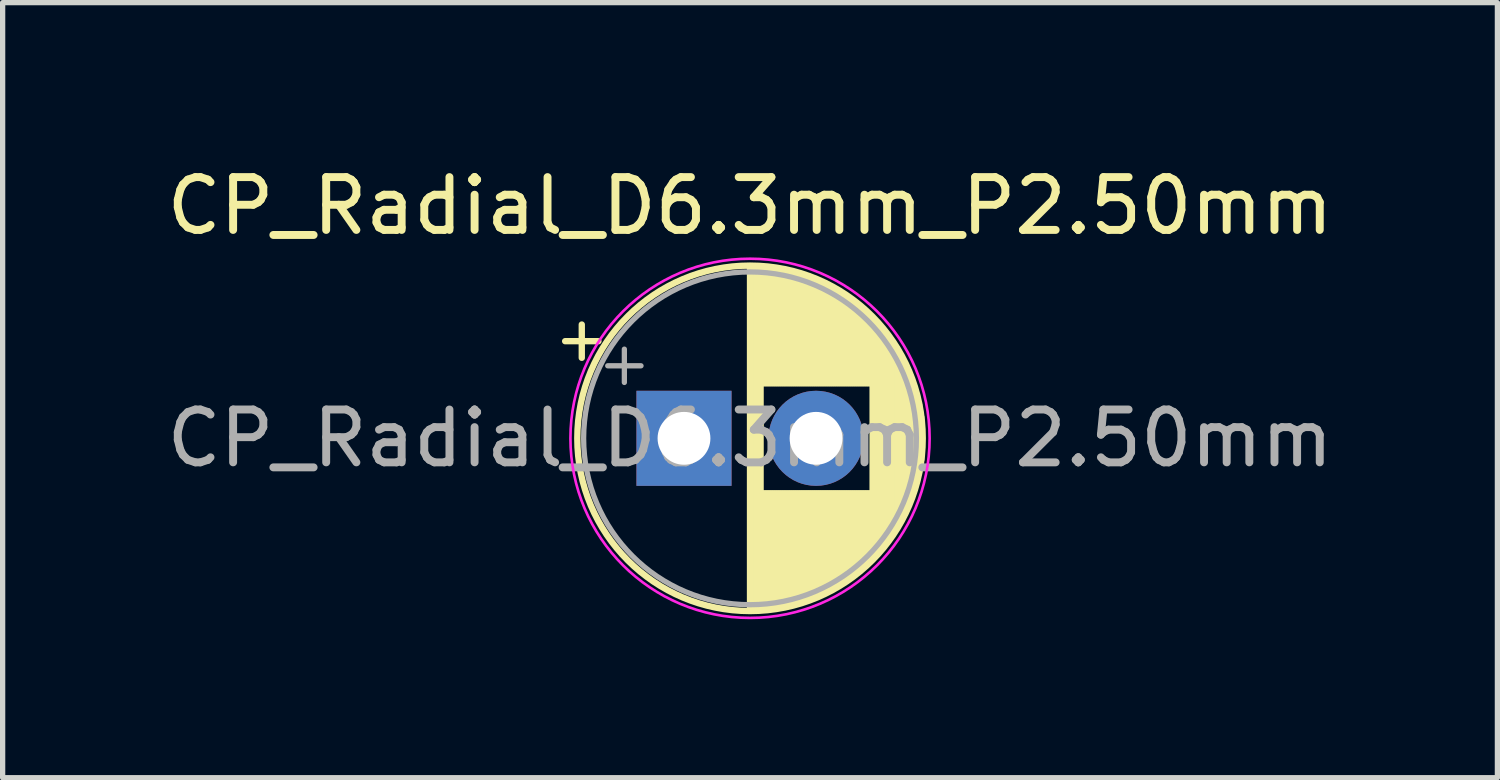
<source format=kicad_pcb>
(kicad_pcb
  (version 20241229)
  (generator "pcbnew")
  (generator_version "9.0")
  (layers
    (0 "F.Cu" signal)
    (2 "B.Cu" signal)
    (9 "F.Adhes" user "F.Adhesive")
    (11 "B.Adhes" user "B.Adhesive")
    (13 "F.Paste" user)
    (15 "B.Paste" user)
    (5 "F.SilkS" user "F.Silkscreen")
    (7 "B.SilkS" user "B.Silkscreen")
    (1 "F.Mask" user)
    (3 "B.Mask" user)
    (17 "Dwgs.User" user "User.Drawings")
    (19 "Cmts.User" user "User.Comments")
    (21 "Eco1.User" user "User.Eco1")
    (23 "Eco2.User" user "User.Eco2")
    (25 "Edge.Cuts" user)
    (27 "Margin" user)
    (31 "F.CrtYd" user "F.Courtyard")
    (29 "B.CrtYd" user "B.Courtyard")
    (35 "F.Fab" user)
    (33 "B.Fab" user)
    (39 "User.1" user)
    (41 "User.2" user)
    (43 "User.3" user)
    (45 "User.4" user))
  (footprint "CP_Radial_D6.3mm_P2.50mm"
    (layer "F.Cu")
    (at 9.899 5.248)
    (property "Reference" "CP_Radial_D6.3mm_P2.50mm" (at 1.25 -4.4 0) (layer "F.SilkS") (effects (font (size 1 1) (thickness 0.15))))
    (attr through_hole)
    (fp_line (start -2.25 -1.839) (end -1.62 -1.839) (stroke (width 0.12) (type solid)) (layer "F.SilkS"))
    (fp_line (start -1.935 -2.154) (end -1.935 -1.524) (stroke (width 0.12) (type solid)) (layer "F.SilkS"))
    (fp_line (start 1.25 -3.23) (end 1.25 3.23) (stroke (width 0.12) (type solid)) (layer "F.SilkS"))
    (fp_line (start 1.29 -3.23) (end 1.29 3.23) (stroke (width 0.12) (type solid)) (layer "F.SilkS"))
    (fp_line (start 1.33 -3.23) (end 1.33 3.23) (stroke (width 0.12) (type solid)) (layer "F.SilkS"))
    (fp_line (start 1.37 -3.228) (end 1.37 3.228) (stroke (width 0.12) (type solid)) (layer "F.SilkS"))
    (fp_line (start 1.41 -3.227) (end 1.41 3.227) (stroke (width 0.12) (type solid)) (layer "F.SilkS"))
    (fp_line (start 1.45 -3.224) (end 1.45 3.224) (stroke (width 0.12) (type solid)) (layer "F.SilkS"))
    (fp_line (start 1.49 -3.222) (end 1.49 -1.04) (stroke (width 0.12) (type solid)) (layer "F.SilkS"))
    (fp_line (start 1.49 1.04) (end 1.49 3.222) (stroke (width 0.12) (type solid)) (layer "F.SilkS"))
    (fp_line (start 1.53 -3.218) (end 1.53 -1.04) (stroke (width 0.12) (type solid)) (layer "F.SilkS"))
    (fp_line (start 1.53 1.04) (end 1.53 3.218) (stroke (width 0.12) (type solid)) (layer "F.SilkS"))
    (fp_line (start 1.57 -3.215) (end 1.57 -1.04) (stroke (width 0.12) (type solid)) (layer "F.SilkS"))
    (fp_line (start 1.57 1.04) (end 1.57 3.215) (stroke (width 0.12) (type solid)) (layer "F.SilkS"))
    (fp_line (start 1.61 -3.211) (end 1.61 -1.04) (stroke (width 0.12) (type solid)) (layer "F.SilkS"))
    (fp_line (start 1.61 1.04) (end 1.61 3.211) (stroke (width 0.12) (type solid)) (layer "F.SilkS"))
    (fp_line (start 1.65 -3.206) (end 1.65 -1.04) (stroke (width 0.12) (type solid)) (layer "F.SilkS"))
    (fp_line (start 1.65 1.04) (end 1.65 3.206) (stroke (width 0.12) (type solid)) (layer "F.SilkS"))
    (fp_line (start 1.69 -3.201) (end 1.69 -1.04) (stroke (width 0.12) (type solid)) (layer "F.SilkS"))
    (fp_line (start 1.69 1.04) (end 1.69 3.201) (stroke (width 0.12) (type solid)) (layer "F.SilkS"))
    (fp_line (start 1.73 -3.195) (end 1.73 -1.04) (stroke (width 0.12) (type solid)) (layer "F.SilkS"))
    (fp_line (start 1.73 1.04) (end 1.73 3.195) (stroke (width 0.12) (type solid)) (layer "F.SilkS"))
    (fp_line (start 1.77 -3.189) (end 1.77 -1.04) (stroke (width 0.12) (type solid)) (layer "F.SilkS"))
    (fp_line (start 1.77 1.04) (end 1.77 3.189) (stroke (width 0.12) (type solid)) (layer "F.SilkS"))
    (fp_line (start 1.81 -3.182) (end 1.81 -1.04) (stroke (width 0.12) (type solid)) (layer "F.SilkS"))
    (fp_line (start 1.81 1.04) (end 1.81 3.182) (stroke (width 0.12) (type solid)) (layer "F.SilkS"))
    (fp_line (start 1.85 -3.175) (end 1.85 -1.04) (stroke (width 0.12) (type solid)) (layer "F.SilkS"))
    (fp_line (start 1.85 1.04) (end 1.85 3.175) (stroke (width 0.12) (type solid)) (layer "F.SilkS"))
    (fp_line (start 1.89 -3.167) (end 1.89 -1.04) (stroke (width 0.12) (type solid)) (layer "F.SilkS"))
    (fp_line (start 1.89 1.04) (end 1.89 3.167) (stroke (width 0.12) (type solid)) (layer "F.SilkS"))
    (fp_line (start 1.93 -3.159) (end 1.93 -1.04) (stroke (width 0.12) (type solid)) (layer "F.SilkS"))
    (fp_line (start 1.93 1.04) (end 1.93 3.159) (stroke (width 0.12) (type solid)) (layer "F.SilkS"))
    (fp_line (start 1.971 -3.15) (end 1.971 -1.04) (stroke (width 0.12) (type solid)) (layer "F.SilkS"))
    (fp_line (start 1.971 1.04) (end 1.971 3.15) (stroke (width 0.12) (type solid)) (layer "F.SilkS"))
    (fp_line (start 2.011 -3.141) (end 2.011 -1.04) (stroke (width 0.12) (type solid)) (layer "F.SilkS"))
    (fp_line (start 2.011 1.04) (end 2.011 3.141) (stroke (width 0.12) (type solid)) (layer "F.SilkS"))
    (fp_line (start 2.051 -3.131) (end 2.051 -1.04) (stroke (width 0.12) (type solid)) (layer "F.SilkS"))
    (fp_line (start 2.051 1.04) (end 2.051 3.131) (stroke (width 0.12) (type solid)) (layer "F.SilkS"))
    (fp_line (start 2.091 -3.121) (end 2.091 -1.04) (stroke (width 0.12) (type solid)) (layer "F.SilkS"))
    (fp_line (start 2.091 1.04) (end 2.091 3.121) (stroke (width 0.12) (type solid)) (layer "F.SilkS"))
    (fp_line (start 2.131 -3.11) (end 2.131 -1.04) (stroke (width 0.12) (type solid)) (layer "F.SilkS"))
    (fp_line (start 2.131 1.04) (end 2.131 3.11) (stroke (width 0.12) (type solid)) (layer "F.SilkS"))
    (fp_line (start 2.171 -3.098) (end 2.171 -1.04) (stroke (width 0.12) (type solid)) (layer "F.SilkS"))
    (fp_line (start 2.171 1.04) (end 2.171 3.098) (stroke (width 0.12) (type solid)) (layer "F.SilkS"))
    (fp_line (start 2.211 -3.086) (end 2.211 -1.04) (stroke (width 0.12) (type solid)) (layer "F.SilkS"))
    (fp_line (start 2.211 1.04) (end 2.211 3.086) (stroke (width 0.12) (type solid)) (layer "F.SilkS"))
    (fp_line (start 2.251 -3.074) (end 2.251 -1.04) (stroke (width 0.12) (type solid)) (layer "F.SilkS"))
    (fp_line (start 2.251 1.04) (end 2.251 3.074) (stroke (width 0.12) (type solid)) (layer "F.SilkS"))
    (fp_line (start 2.291 -3.061) (end 2.291 -1.04) (stroke (width 0.12) (type solid)) (layer "F.SilkS"))
    (fp_line (start 2.291 1.04) (end 2.291 3.061) (stroke (width 0.12) (type solid)) (layer "F.SilkS"))
    (fp_line (start 2.331 -3.047) (end 2.331 -1.04) (stroke (width 0.12) (type solid)) (layer "F.SilkS"))
    (fp_line (start 2.331 1.04) (end 2.331 3.047) (stroke (width 0.12) (type solid)) (layer "F.SilkS"))
    (fp_line (start 2.371 -3.033) (end 2.371 -1.04) (stroke (width 0.12) (type solid)) (layer "F.SilkS"))
    (fp_line (start 2.371 1.04) (end 2.371 3.033) (stroke (width 0.12) (type solid)) (layer "F.SilkS"))
    (fp_line (start 2.411 -3.018) (end 2.411 -1.04) (stroke (width 0.12) (type solid)) (layer "F.SilkS"))
    (fp_line (start 2.411 1.04) (end 2.411 3.018) (stroke (width 0.12) (type solid)) (layer "F.SilkS"))
    (fp_line (start 2.451 -3.002) (end 2.451 -1.04) (stroke (width 0.12) (type solid)) (layer "F.SilkS"))
    (fp_line (start 2.451 1.04) (end 2.451 3.002) (stroke (width 0.12) (type solid)) (layer "F.SilkS"))
    (fp_line (start 2.491 -2.986) (end 2.491 -1.04) (stroke (width 0.12) (type solid)) (layer "F.SilkS"))
    (fp_line (start 2.491 1.04) (end 2.491 2.986) (stroke (width 0.12) (type solid)) (layer "F.SilkS"))
    (fp_line (start 2.531 -2.97) (end 2.531 -1.04) (stroke (width 0.12) (type solid)) (layer "F.SilkS"))
    (fp_line (start 2.531 1.04) (end 2.531 2.97) (stroke (width 0.12) (type solid)) (layer "F.SilkS"))
    (fp_line (start 2.571 -2.952) (end 2.571 -1.04) (stroke (width 0.12) (type solid)) (layer "F.SilkS"))
    (fp_line (start 2.571 1.04) (end 2.571 2.952) (stroke (width 0.12) (type solid)) (layer "F.SilkS"))
    (fp_line (start 2.611 -2.934) (end 2.611 -1.04) (stroke (width 0.12) (type solid)) (layer "F.SilkS"))
    (fp_line (start 2.611 1.04) (end 2.611 2.934) (stroke (width 0.12) (type solid)) (layer "F.SilkS"))
    (fp_line (start 2.651 -2.916) (end 2.651 -1.04) (stroke (width 0.12) (type solid)) (layer "F.SilkS"))
    (fp_line (start 2.651 1.04) (end 2.651 2.916) (stroke (width 0.12) (type solid)) (layer "F.SilkS"))
    (fp_line (start 2.691 -2.896) (end 2.691 -1.04) (stroke (width 0.12) (type solid)) (layer "F.SilkS"))
    (fp_line (start 2.691 1.04) (end 2.691 2.896) (stroke (width 0.12) (type solid)) (layer "F.SilkS"))
    (fp_line (start 2.731 -2.876) (end 2.731 -1.04) (stroke (width 0.12) (type solid)) (layer "F.SilkS"))
    (fp_line (start 2.731 1.04) (end 2.731 2.876) (stroke (width 0.12) (type solid)) (layer "F.SilkS"))
    (fp_line (start 2.771 -2.856) (end 2.771 -1.04) (stroke (width 0.12) (type solid)) (layer "F.SilkS"))
    (fp_line (start 2.771 1.04) (end 2.771 2.856) (stroke (width 0.12) (type solid)) (layer "F.SilkS"))
    (fp_line (start 2.811 -2.834) (end 2.811 -1.04) (stroke (width 0.12) (type solid)) (layer "F.SilkS"))
    (fp_line (start 2.811 1.04) (end 2.811 2.834) (stroke (width 0.12) (type solid)) (layer "F.SilkS"))
    (fp_line (start 2.851 -2.812) (end 2.851 -1.04) (stroke (width 0.12) (type solid)) (layer "F.SilkS"))
    (fp_line (start 2.851 1.04) (end 2.851 2.812) (stroke (width 0.12) (type solid)) (layer "F.SilkS"))
    (fp_line (start 2.891 -2.79) (end 2.891 -1.04) (stroke (width 0.12) (type solid)) (layer "F.SilkS"))
    (fp_line (start 2.891 1.04) (end 2.891 2.79) (stroke (width 0.12) (type solid)) (layer "F.SilkS"))
    (fp_line (start 2.931 -2.766) (end 2.931 -1.04) (stroke (width 0.12) (type solid)) (layer "F.SilkS"))
    (fp_line (start 2.931 1.04) (end 2.931 2.766) (stroke (width 0.12) (type solid)) (layer "F.SilkS"))
    (fp_line (start 2.971 -2.742) (end 2.971 -1.04) (stroke (width 0.12) (type solid)) (layer "F.SilkS"))
    (fp_line (start 2.971 1.04) (end 2.971 2.742) (stroke (width 0.12) (type solid)) (layer "F.SilkS"))
    (fp_line (start 3.011 -2.716) (end 3.011 -1.04) (stroke (width 0.12) (type solid)) (layer "F.SilkS"))
    (fp_line (start 3.011 1.04) (end 3.011 2.716) (stroke (width 0.12) (type solid)) (layer "F.SilkS"))
    (fp_line (start 3.051 -2.69) (end 3.051 -1.04) (stroke (width 0.12) (type solid)) (layer "F.SilkS"))
    (fp_line (start 3.051 1.04) (end 3.051 2.69) (stroke (width 0.12) (type solid)) (layer "F.SilkS"))
    (fp_line (start 3.091 -2.664) (end 3.091 -1.04) (stroke (width 0.12) (type solid)) (layer "F.SilkS"))
    (fp_line (start 3.091 1.04) (end 3.091 2.664) (stroke (width 0.12) (type solid)) (layer "F.SilkS"))
    (fp_line (start 3.131 -2.636) (end 3.131 -1.04) (stroke (width 0.12) (type solid)) (layer "F.SilkS"))
    (fp_line (start 3.131 1.04) (end 3.131 2.636) (stroke (width 0.12) (type solid)) (layer "F.SilkS"))
    (fp_line (start 3.171 -2.607) (end 3.171 -1.04) (stroke (width 0.12) (type solid)) (layer "F.SilkS"))
    (fp_line (start 3.171 1.04) (end 3.171 2.607) (stroke (width 0.12) (type solid)) (layer "F.SilkS"))
    (fp_line (start 3.211 -2.578) (end 3.211 -1.04) (stroke (width 0.12) (type solid)) (layer "F.SilkS"))
    (fp_line (start 3.211 1.04) (end 3.211 2.578) (stroke (width 0.12) (type solid)) (layer "F.SilkS"))
    (fp_line (start 3.251 -2.548) (end 3.251 -1.04) (stroke (width 0.12) (type solid)) (layer "F.SilkS"))
    (fp_line (start 3.251 1.04) (end 3.251 2.548) (stroke (width 0.12) (type solid)) (layer "F.SilkS"))
    (fp_line (start 3.291 -2.516) (end 3.291 -1.04) (stroke (width 0.12) (type solid)) (layer "F.SilkS"))
    (fp_line (start 3.291 1.04) (end 3.291 2.516) (stroke (width 0.12) (type solid)) (layer "F.SilkS"))
    (fp_line (start 3.331 -2.484) (end 3.331 -1.04) (stroke (width 0.12) (type solid)) (layer "F.SilkS"))
    (fp_line (start 3.331 1.04) (end 3.331 2.484) (stroke (width 0.12) (type solid)) (layer "F.SilkS"))
    (fp_line (start 3.371 -2.45) (end 3.371 -1.04) (stroke (width 0.12) (type solid)) (layer "F.SilkS"))
    (fp_line (start 3.371 1.04) (end 3.371 2.45) (stroke (width 0.12) (type solid)) (layer "F.SilkS"))
    (fp_line (start 3.411 -2.416) (end 3.411 -1.04) (stroke (width 0.12) (type solid)) (layer "F.SilkS"))
    (fp_line (start 3.411 1.04) (end 3.411 2.416) (stroke (width 0.12) (type solid)) (layer "F.SilkS"))
    (fp_line (start 3.451 -2.38) (end 3.451 -1.04) (stroke (width 0.12) (type solid)) (layer "F.SilkS"))
    (fp_line (start 3.451 1.04) (end 3.451 2.38) (stroke (width 0.12) (type solid)) (layer "F.SilkS"))
    (fp_line (start 3.491 -2.343) (end 3.491 -1.04) (stroke (width 0.12) (type solid)) (layer "F.SilkS"))
    (fp_line (start 3.491 1.04) (end 3.491 2.343) (stroke (width 0.12) (type solid)) (layer "F.SilkS"))
    (fp_line (start 3.531 -2.305) (end 3.531 -1.04) (stroke (width 0.12) (type solid)) (layer "F.SilkS"))
    (fp_line (start 3.531 1.04) (end 3.531 2.305) (stroke (width 0.12) (type solid)) (layer "F.SilkS"))
    (fp_line (start 3.571 -2.265) (end 3.571 2.265) (stroke (width 0.12) (type solid)) (layer "F.SilkS"))
    (fp_line (start 3.611 -2.224) (end 3.611 2.224) (stroke (width 0.12) (type solid)) (layer "F.SilkS"))
    (fp_line (start 3.651 -2.182) (end 3.651 2.182) (stroke (width 0.12) (type solid)) (layer "F.SilkS"))
    (fp_line (start 3.691 -2.137) (end 3.691 2.137) (stroke (width 0.12) (type solid)) (layer "F.SilkS"))
    (fp_line (start 3.731 -2.092) (end 3.731 2.092) (stroke (width 0.12) (type solid)) (layer "F.SilkS"))
    (fp_line (start 3.771 -2.044) (end 3.771 2.044) (stroke (width 0.12) (type solid)) (layer "F.SilkS"))
    (fp_line (start 3.811 -1.995) (end 3.811 1.995) (stroke (width 0.12) (type solid)) (layer "F.SilkS"))
    (fp_line (start 3.851 -1.944) (end 3.851 1.944) (stroke (width 0.12) (type solid)) (layer "F.SilkS"))
    (fp_line (start 3.891 -1.89) (end 3.891 1.89) (stroke (width 0.12) (type solid)) (layer "F.SilkS"))
    (fp_line (start 3.931 -1.834) (end 3.931 1.834) (stroke (width 0.12) (type solid)) (layer "F.SilkS"))
    (fp_line (start 3.971 -1.776) (end 3.971 1.776) (stroke (width 0.12) (type solid)) (layer "F.SilkS"))
    (fp_line (start 4.011 -1.714) (end 4.011 1.714) (stroke (width 0.12) (type solid)) (layer "F.SilkS"))
    (fp_line (start 4.051 -1.65) (end 4.051 1.65) (stroke (width 0.12) (type solid)) (layer "F.SilkS"))
    (fp_line (start 4.091 -1.581) (end 4.091 1.581) (stroke (width 0.12) (type solid)) (layer "F.SilkS"))
    (fp_line (start 4.131 -1.509) (end 4.131 1.509) (stroke (width 0.12) (type solid)) (layer "F.SilkS"))
    (fp_line (start 4.171 -1.432) (end 4.171 1.432) (stroke (width 0.12) (type solid)) (layer "F.SilkS"))
    (fp_line (start 4.211 -1.35) (end 4.211 1.35) (stroke (width 0.12) (type solid)) (layer "F.SilkS"))
    (fp_line (start 4.251 -1.262) (end 4.251 1.262) (stroke (width 0.12) (type solid)) (layer "F.SilkS"))
    (fp_line (start 4.291 -1.165) (end 4.291 1.165) (stroke (width 0.12) (type solid)) (layer "F.SilkS"))
    (fp_line (start 4.331 -1.059) (end 4.331 1.059) (stroke (width 0.12) (type solid)) (layer "F.SilkS"))
    (fp_line (start 4.371 -0.94) (end 4.371 0.94) (stroke (width 0.12) (type solid)) (layer "F.SilkS"))
    (fp_line (start 4.411 -0.802) (end 4.411 0.802) (stroke (width 0.12) (type solid)) (layer "F.SilkS"))
    (fp_line (start 4.451 -0.633) (end 4.451 0.633) (stroke (width 0.12) (type solid)) (layer "F.SilkS"))
    (fp_line (start 4.491 -0.402) (end 4.491 0.402) (stroke (width 0.12) (type solid)) (layer "F.SilkS"))
    (fp_circle (center 1.25 0) (end 4.52 0) (stroke (width 0.12) (type solid)) (fill no) (layer "F.SilkS"))
    (fp_circle (center 1.25 0) (end 4.65 0) (stroke (width 0.05) (type solid)) (fill no) (layer "F.CrtYd"))
    (fp_line (start -1.444 -1.373) (end -0.814 -1.373) (stroke (width 0.1) (type solid)) (layer "F.Fab"))
    (fp_line (start -1.129 -1.688) (end -1.129 -1.058) (stroke (width 0.1) (type solid)) (layer "F.Fab"))
    (fp_circle (center 1.25 0) (end 4.4 0) (stroke (width 0.1) (type solid)) (fill no) (layer "F.Fab"))
    (fp_text user "${REFERENCE}" (at 1.25 0 0) (layer "F.Fab") (effects (font (size 1 1) (thickness 0.15))))
    (pad "1" thru_hole rect (at 0 0) (size 1.8 1.8) (drill 1) (layers "*.Cu" "*.Mask"))
    (pad "2" thru_hole circle (at 2.5 0) (size 1.8 1.8) (drill 1) (layers "*.Cu" "*.Mask")))
  (gr_rect
    (start -3 -3)
    (end 25.298 11.673)
    (stroke (width 0.1) (type default))
    (fill no)
    (layer "Edge.Cuts")))
</source>
